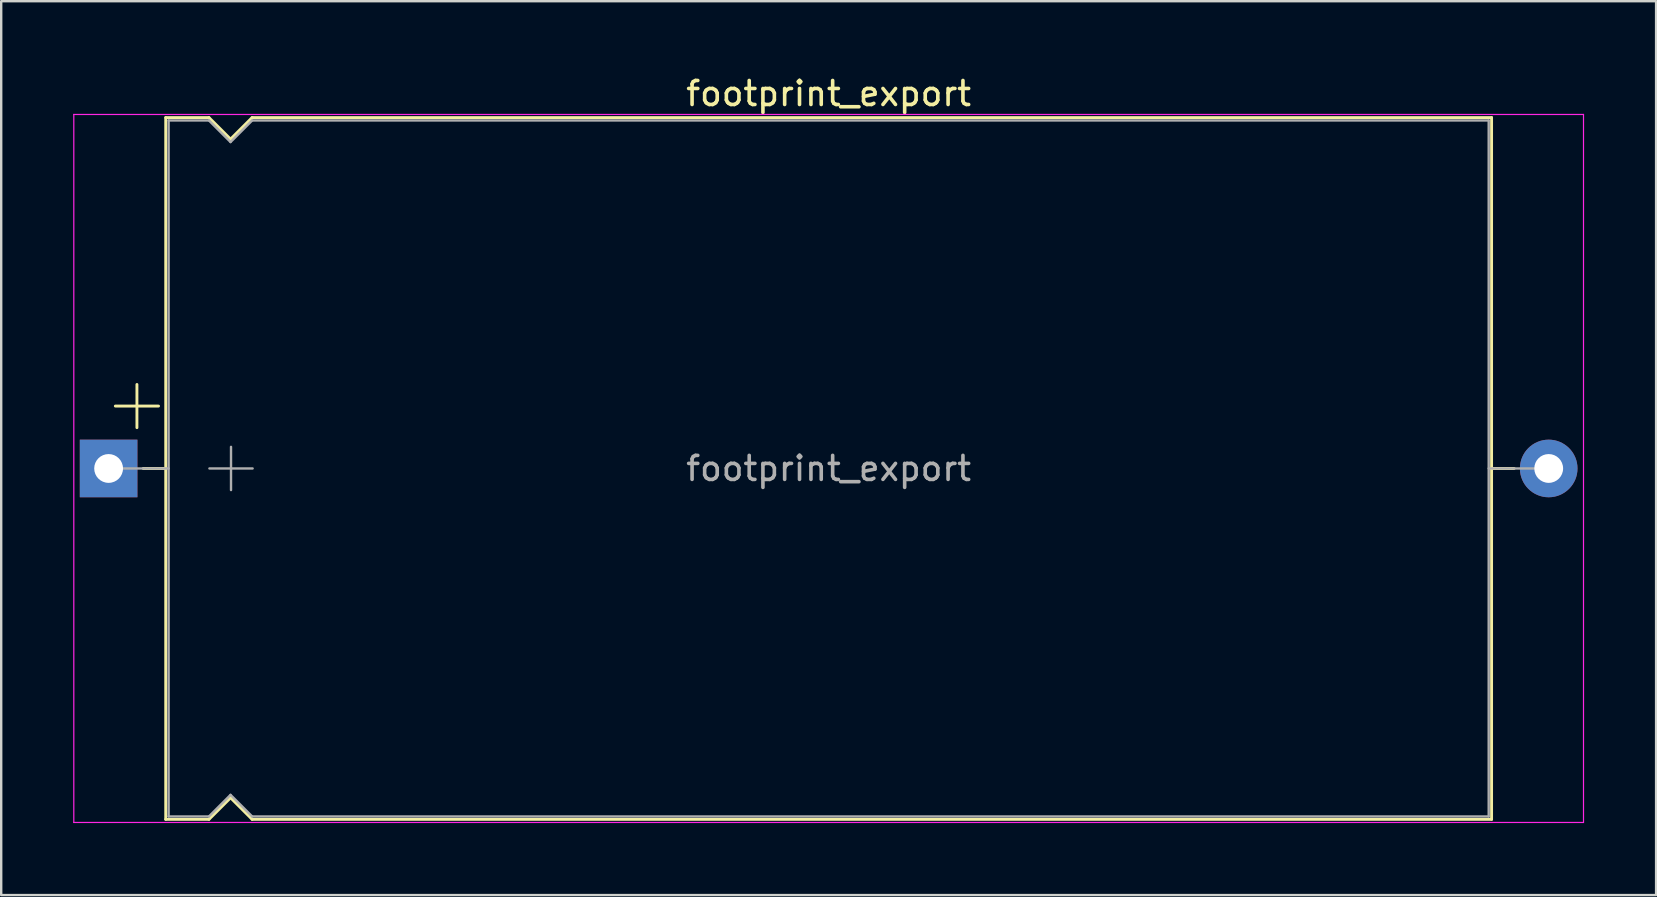
<source format=kicad_pcb>
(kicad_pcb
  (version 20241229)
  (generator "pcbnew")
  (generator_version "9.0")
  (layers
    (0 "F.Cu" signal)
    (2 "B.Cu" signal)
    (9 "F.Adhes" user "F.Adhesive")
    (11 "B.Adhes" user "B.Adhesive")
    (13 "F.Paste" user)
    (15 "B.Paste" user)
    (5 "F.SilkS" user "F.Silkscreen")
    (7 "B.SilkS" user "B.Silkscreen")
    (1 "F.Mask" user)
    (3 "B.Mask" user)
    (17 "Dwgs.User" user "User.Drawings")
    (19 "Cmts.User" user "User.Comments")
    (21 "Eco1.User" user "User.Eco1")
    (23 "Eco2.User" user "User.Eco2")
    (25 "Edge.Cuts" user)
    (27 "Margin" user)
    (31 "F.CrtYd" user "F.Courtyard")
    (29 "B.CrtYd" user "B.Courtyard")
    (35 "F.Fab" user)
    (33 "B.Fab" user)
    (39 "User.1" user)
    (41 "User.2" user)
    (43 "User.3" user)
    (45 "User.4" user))
  (footprint "footprint_export"
    (layer "F.Cu")
    (at 1.475 16.468)
    (property "Reference" "footprint_export" (at 30 -15.62 0) (layer "F.SilkS") (effects (font (size 1 1) (thickness 0.15))))
    (attr through_hole)
    (fp_line (start 0.28 -2.6) (end 2.08 -2.6) (stroke (width 0.12) (type solid)) (layer "F.SilkS"))
    (fp_line (start 1.18 -3.5) (end 1.18 -1.7) (stroke (width 0.12) (type solid)) (layer "F.SilkS"))
    (fp_line (start 1.44 0) (end 2.38 0) (stroke (width 0.12) (type solid)) (layer "F.SilkS"))
    (fp_line (start 2.38 -14.62) (end 2.38 14.62) (stroke (width 0.12) (type solid)) (layer "F.SilkS"))
    (fp_line (start 2.38 -14.62) (end 4.18 -14.62) (stroke (width 0.12) (type solid)) (layer "F.SilkS"))
    (fp_line (start 2.38 14.62) (end 4.18 14.62) (stroke (width 0.12) (type solid)) (layer "F.SilkS"))
    (fp_line (start 4.18 -14.62) (end 5.08 -13.72) (stroke (width 0.12) (type solid)) (layer "F.SilkS"))
    (fp_line (start 4.18 14.62) (end 5.08 13.72) (stroke (width 0.12) (type solid)) (layer "F.SilkS"))
    (fp_line (start 5.08 -13.72) (end 5.98 -14.62) (stroke (width 0.12) (type solid)) (layer "F.SilkS"))
    (fp_line (start 5.08 13.72) (end 5.98 14.62) (stroke (width 0.12) (type solid)) (layer "F.SilkS"))
    (fp_line (start 5.98 -14.62) (end 57.62 -14.62) (stroke (width 0.12) (type solid)) (layer "F.SilkS"))
    (fp_line (start 5.98 14.62) (end 57.62 14.62) (stroke (width 0.12) (type solid)) (layer "F.SilkS"))
    (fp_line (start 57.62 -14.62) (end 57.62 14.62) (stroke (width 0.12) (type solid)) (layer "F.SilkS"))
    (fp_line (start 58.56 0) (end 57.62 0) (stroke (width 0.12) (type solid)) (layer "F.SilkS"))
    (fp_line (start -1.45 -14.75) (end -1.45 14.75) (stroke (width 0.05) (type solid)) (layer "F.CrtYd"))
    (fp_line (start -1.45 14.75) (end 61.45 14.75) (stroke (width 0.05) (type solid)) (layer "F.CrtYd"))
    (fp_line (start 61.45 -14.75) (end -1.45 -14.75) (stroke (width 0.05) (type solid)) (layer "F.CrtYd"))
    (fp_line (start 61.45 14.75) (end 61.45 -14.75) (stroke (width 0.05) (type solid)) (layer "F.CrtYd"))
    (fp_line (start 0 0) (end 2.5 0) (stroke (width 0.1) (type solid)) (layer "F.Fab"))
    (fp_line (start 2.5 -14.5) (end 2.5 14.5) (stroke (width 0.1) (type solid)) (layer "F.Fab"))
    (fp_line (start 2.5 -14.5) (end 4.18 -14.5) (stroke (width 0.1) (type solid)) (layer "F.Fab"))
    (fp_line (start 2.5 14.5) (end 4.18 14.5) (stroke (width 0.1) (type solid)) (layer "F.Fab"))
    (fp_line (start 4.18 -14.5) (end 5.08 -13.6) (stroke (width 0.1) (type solid)) (layer "F.Fab"))
    (fp_line (start 4.18 14.5) (end 5.08 13.6) (stroke (width 0.1) (type solid)) (layer "F.Fab"))
    (fp_line (start 4.2 0) (end 6 0) (stroke (width 0.1) (type solid)) (layer "F.Fab"))
    (fp_line (start 5.08 -13.6) (end 5.98 -14.5) (stroke (width 0.1) (type solid)) (layer "F.Fab"))
    (fp_line (start 5.08 13.6) (end 5.98 14.5) (stroke (width 0.1) (type solid)) (layer "F.Fab"))
    (fp_line (start 5.1 -0.9) (end 5.1 0.9) (stroke (width 0.1) (type solid)) (layer "F.Fab"))
    (fp_line (start 5.98 -14.5) (end 57.5 -14.5) (stroke (width 0.1) (type solid)) (layer "F.Fab"))
    (fp_line (start 5.98 14.5) (end 57.5 14.5) (stroke (width 0.1) (type solid)) (layer "F.Fab"))
    (fp_line (start 57.5 -14.5) (end 57.5 14.5) (stroke (width 0.1) (type solid)) (layer "F.Fab"))
    (fp_line (start 60 0) (end 57.5 0) (stroke (width 0.1) (type solid)) (layer "F.Fab"))
    (fp_text user "${REFERENCE}" (at 30 0 0) (layer "F.Fab") (effects (font (size 1 1) (thickness 0.15))))
    (pad "1" thru_hole rect (at 0 0) (size 2.4 2.4) (drill 1.2) (layers "*.Cu" "*.Mask"))
    (pad "2" thru_hole oval (at 60 0) (size 2.4 2.4) (drill 1.2) (layers "*.Cu" "*.Mask")))
  (gr_rect
    (start -3 -3)
    (end 65.95 34.243)
    (stroke (width 0.1) (type default))
    (fill no)
    (layer "Edge.Cuts")))
</source>
